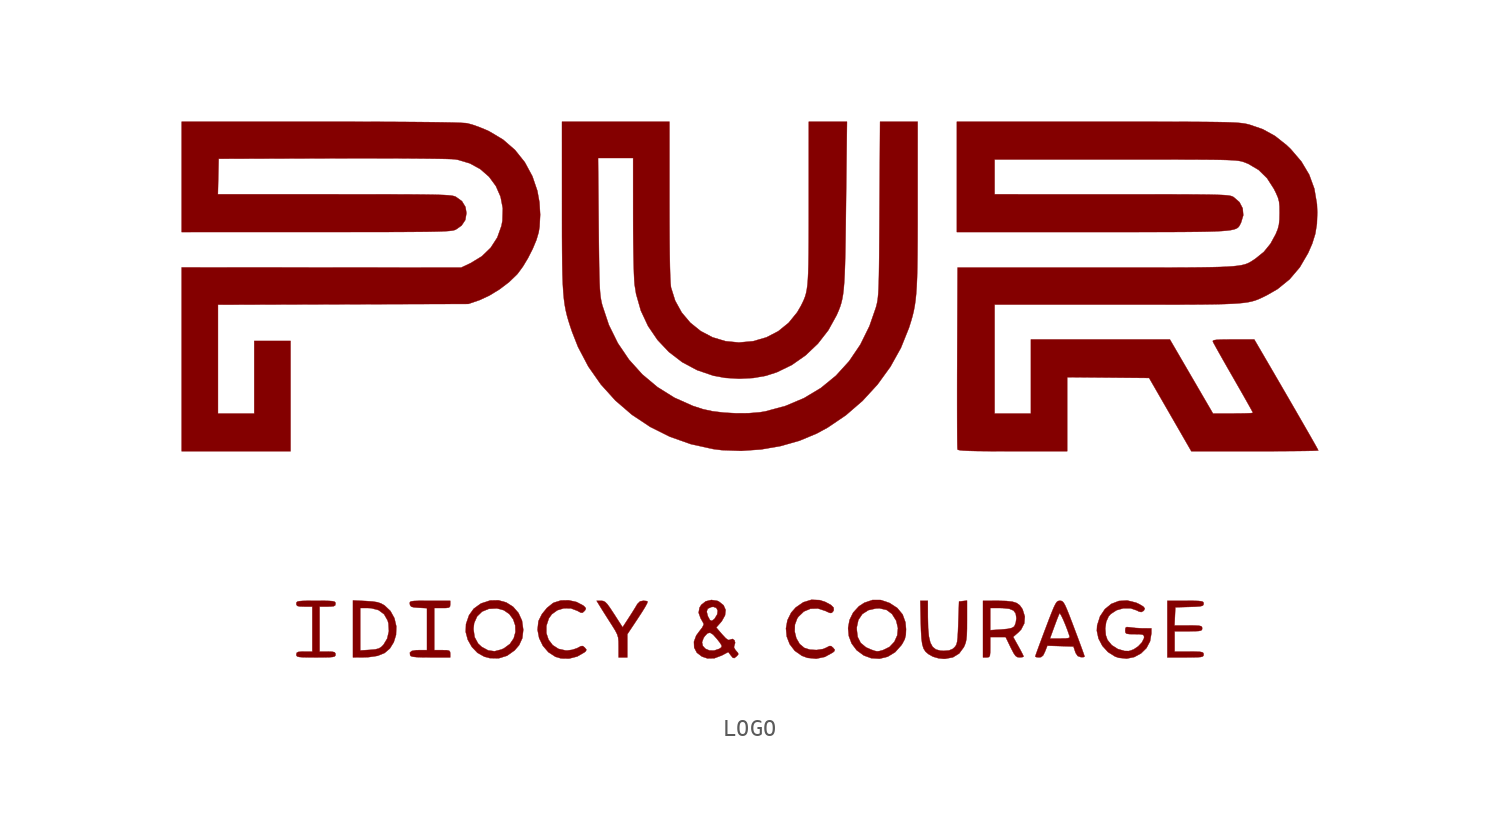
<source format=kicad_sym>
(kicad_symbol_lib
  (version 20220914)
  (generator bitmap2component)
  (symbol "LOGO"
    (pin_names
      (offset 1.016))
    (property "Reference" "#G"
      (at 0 34.417 0)
      (effects (font (size 1.27 1.27)) hide))
    (symbol "LOGO_0_0"
      (polyline (pts (xy -13.957 -15.144) (xy -13.518 -14.833) (xy -13.252 -14.524) (xy -13.068 -14.12) (xy -13.012 -13.631) (xy -13.085 -13.101) (xy -13.291 -12.648) (xy -13.604 -12.289) (xy -14 -12.038) (xy -14.456 -11.911) (xy -14.948 -11.922) (xy -15.452 -12.087) (xy -15.512 -12.118) (xy -15.903 -12.402) (xy -16.175 -12.784) (xy -16.349 -13.29) (xy -16.352 -13.303) (xy -16.362 -13.582) (xy -15.917 -13.582) (xy -15.877 -13.238) (xy -15.705 -12.851) (xy -15.414 -12.569) (xy -15.022 -12.407) (xy -14.548 -12.382) (xy -14.144 -12.49) (xy -13.823 -12.713) (xy -13.599 -13.02) (xy -13.478 -13.379) (xy -13.466 -13.759) (xy -13.568 -14.129) (xy -13.79 -14.456) (xy -14.136 -14.711) (xy -14.287 -14.78) (xy -14.685 -14.883) (xy -15.054 -14.834) (xy -15.432 -14.631) (xy -15.645 -14.435) (xy -15.849 -14.058) (xy -15.917 -13.582) (xy -16.362 -13.582) (xy -16.369 -13.755) (xy -16.247 -14.213) (xy -16.009 -14.633) (xy -15.68 -14.976) (xy -15.282 -15.198) (xy -14.968 -15.282) (xy -14.445 -15.294) (xy -13.957 -15.144)) (stroke (width 0.01) (type default)) (fill (type outline)))
      (polyline (pts (xy -9.861 -15.187) (xy -9.444 -14.947) (xy -9.362 -14.876) (xy -9.328 -14.788) (xy -9.423 -14.671) (xy -9.43 -14.663) (xy -9.537 -14.579) (xy -9.646 -14.584) (xy -9.826 -14.679) (xy -9.874 -14.704) (xy -10.152 -14.797) (xy -10.452 -14.838) (xy -10.539 -14.836) (xy -10.958 -14.743) (xy -11.296 -14.525) (xy -11.537 -14.21) (xy -11.665 -13.826) (xy -11.664 -13.401) (xy -11.519 -12.962) (xy -11.346 -12.722) (xy -11.024 -12.491) (xy -10.638 -12.374) (xy -10.232 -12.381) (xy -9.85 -12.525) (xy -9.811 -12.549) (xy -9.647 -12.635) (xy -9.547 -12.63) (xy -9.447 -12.538) (xy -9.391 -12.473) (xy -9.361 -12.371) (xy -9.461 -12.259) (xy -9.517 -12.213) (xy -9.902 -12.011) (xy -10.357 -11.911) (xy -10.819 -11.92) (xy -11.227 -12.047) (xy -11.295 -12.086) (xy -11.63 -12.356) (xy -11.92 -12.712) (xy -12.108 -13.084) (xy -12.129 -13.151) (xy -12.179 -13.629) (xy -12.086 -14.111) (xy -11.87 -14.56) (xy -11.546 -14.938) (xy -11.134 -15.205) (xy -10.808 -15.3) (xy -10.334 -15.308) (xy -9.861 -15.187)) (stroke (width 0.01) (type default)) (fill (type outline)))
      (polyline (pts (xy -1.866 -15.291) (xy -1.429 -15.126) (xy -1.054 -14.927) (xy -0.9 -15.131) (xy -0.794 -15.258) (xy -0.705 -15.281) (xy -0.583 -15.189) (xy -0.478 -15.08) (xy -0.481 -14.991) (xy -0.599 -14.853) (xy -0.646 -14.799) (xy -0.726 -14.647) (xy -0.686 -14.495) (xy -0.654 -14.388) (xy -0.694 -14.239) (xy -0.809 -14.163) (xy -0.956 -14.209) (xy -0.967 -14.217) (xy -1.062 -14.224) (xy -1.202 -14.123) (xy -1.411 -13.898) (xy -1.757 -13.497) (xy -1.516 -13.226) (xy -1.433 -13.126) (xy -1.244 -12.786) (xy -1.21 -12.471) (xy -1.332 -12.197) (xy -1.607 -11.981) (xy -1.7 -11.94) (xy -2.041 -11.89) (xy -2.369 -11.97) (xy -2.626 -12.171) (xy -2.732 -12.341) (xy -2.771 -12.565) (xy -2.315 -12.565) (xy -2.252 -12.4) (xy -2.052 -12.306) (xy -1.929 -12.29) (xy -1.751 -12.353) (xy -1.671 -12.512) (xy -1.699 -12.731) (xy -1.846 -12.975) (xy -1.877 -13.01) (xy -2.015 -13.11) (xy -2.126 -13.06) (xy -2.239 -12.853) (xy -2.251 -12.823) (xy -2.315 -12.565) (xy -2.771 -12.565) (xy -2.783 -12.635) (xy -2.669 -12.954) (xy -2.574 -13.122) (xy -2.492 -13.272) (xy -2.492 -13.335) (xy -2.576 -13.504) (xy -2.742 -13.717) (xy -2.925 -13.967) (xy -3.057 -14.326) (xy -3.056 -14.355) (xy -2.587 -14.355) (xy -2.494 -14.104) (xy -2.428 -14.006) (xy -2.267 -13.833) (xy -2.116 -13.8) (xy -1.942 -13.909) (xy -1.715 -14.162) (xy -1.533 -14.396) (xy -1.445 -14.541) (xy -1.441 -14.628) (xy -1.508 -14.694) (xy -1.588 -14.743) (xy -1.881 -14.842) (xy -2.157 -14.834) (xy -2.387 -14.738) (xy -2.541 -14.572) (xy -2.587 -14.355) (xy -3.056 -14.355) (xy -3.043 -14.668) (xy -2.887 -14.966) (xy -2.592 -15.191) (xy -2.271 -15.299) (xy -1.866 -15.291)) (stroke (width 0.01) (type default)) (fill (type outline)))
      (polyline (pts (xy 4.579 -15.211) (xy 5.038 -14.958) (xy 5.126 -14.884) (xy 5.157 -14.797) (xy 5.059 -14.677) (xy 4.946 -14.581) (xy 4.839 -14.58) (xy 4.665 -14.671) (xy 4.468 -14.753) (xy 4.099 -14.81) (xy 3.711 -14.789) (xy 3.383 -14.688) (xy 3.108 -14.459) (xy 2.915 -14.124) (xy 2.818 -13.733) (xy 2.83 -13.333) (xy 2.963 -12.974) (xy 3.031 -12.872) (xy 3.352 -12.564) (xy 3.74 -12.4) (xy 4.171 -12.387) (xy 4.618 -12.532) (xy 4.714 -12.581) (xy 4.883 -12.65) (xy 4.98 -12.642) (xy 5.057 -12.56) (xy 5.097 -12.49) (xy 5.087 -12.336) (xy 4.929 -12.18) (xy 4.614 -12.011) (xy 4.28 -11.9) (xy 3.796 -11.88) (xy 3.323 -12.024) (xy 2.878 -12.33) (xy 2.613 -12.631) (xy 2.395 -13.074) (xy 2.31 -13.549) (xy 2.356 -14.025) (xy 2.528 -14.471) (xy 2.823 -14.855) (xy 3.236 -15.145) (xy 3.565 -15.267) (xy 4.076 -15.316) (xy 4.579 -15.211)) (stroke (width 0.01) (type default)) (fill (type outline)))
      (polyline (pts (xy 8.248 -15.197) (xy 8.68 -14.933) (xy 9.038 -14.532) (xy 9.11 -14.422) (xy 9.239 -14.174) (xy 9.299 -13.927) (xy 9.313 -13.596) (xy 9.278 -13.196) (xy 9.112 -12.735) (xy 8.803 -12.361) (xy 8.346 -12.064) (xy 8.345 -12.064) (xy 7.84 -11.894) (xy 7.354 -11.892) (xy 6.876 -12.056) (xy 6.561 -12.263) (xy 6.227 -12.629) (xy 6.018 -13.058) (xy 5.934 -13.522) (xy 5.939 -13.585) (xy 6.435 -13.585) (xy 6.437 -13.494) (xy 6.533 -13.053) (xy 6.761 -12.714) (xy 7.111 -12.487) (xy 7.572 -12.383) (xy 7.773 -12.38) (xy 8.177 -12.471) (xy 8.494 -12.706) (xy 8.733 -13.089) (xy 8.74 -13.105) (xy 8.842 -13.533) (xy 8.802 -13.953) (xy 8.633 -14.33) (xy 8.351 -14.629) (xy 7.973 -14.814) (xy 7.957 -14.818) (xy 7.753 -14.874) (xy 7.62 -14.888) (xy 7.481 -14.858) (xy 7.259 -14.78) (xy 6.978 -14.654) (xy 6.668 -14.397) (xy 6.491 -14.047) (xy 6.435 -13.585) (xy 5.939 -13.585) (xy 5.975 -13.99) (xy 6.141 -14.433) (xy 6.433 -14.822) (xy 6.85 -15.128) (xy 7.275 -15.285) (xy 7.771 -15.317) (xy 8.248 -15.197)) (stroke (width 0.01) (type default)) (fill (type outline)))
      (polyline (pts (xy 11.585 -15.323) (xy 12.049 -15.236) (xy 12.413 -15.012) (xy 12.679 -14.65) (xy 12.728 -14.548) (xy 12.791 -14.38) (xy 12.832 -14.187) (xy 12.856 -13.934) (xy 12.867 -13.583) (xy 12.869 -13.1) (xy 12.869 -11.927) (xy 12.636 -11.954) (xy 12.404 -11.98) (xy 12.361 -13.227) (xy 12.36 -13.282) (xy 12.341 -13.755) (xy 12.321 -14.092) (xy 12.294 -14.322) (xy 12.256 -14.475) (xy 12.202 -14.579) (xy 12.126 -14.666) (xy 12.025 -14.751) (xy 11.819 -14.835) (xy 11.515 -14.859) (xy 11.312 -14.848) (xy 11.056 -14.778) (xy 10.866 -14.63) (xy 10.732 -14.385) (xy 10.646 -14.025) (xy 10.6 -13.533) (xy 10.585 -12.89) (xy 10.583 -11.938) (xy 10.364 -11.938) (xy 10.145 -11.938) (xy 10.174 -13.244) (xy 10.186 -13.681) (xy 10.213 -14.143) (xy 10.26 -14.483) (xy 10.337 -14.73) (xy 10.454 -14.909) (xy 10.619 -15.049) (xy 10.843 -15.176) (xy 10.902 -15.203) (xy 11.201 -15.29) (xy 11.515 -15.324) (xy 11.585 -15.323)) (stroke (width 0.01) (type default)) (fill (type outline)))
      (polyline (pts (xy 22.625 -15.22) (xy 23.018 -15.008) (xy 23.335 -14.696) (xy 23.545 -14.299) (xy 23.622 -13.837) (xy 23.622 -13.547) (xy 23.177 -13.546) (xy 23.037 -13.543) (xy 22.696 -13.524) (xy 22.416 -13.492) (xy 22.364 -13.484) (xy 22.184 -13.469) (xy 22.111 -13.52) (xy 22.098 -13.662) (xy 22.098 -13.707) (xy 22.116 -13.808) (xy 22.188 -13.861) (xy 22.353 -13.882) (xy 22.648 -13.885) (xy 22.935 -13.89) (xy 23.106 -13.912) (xy 23.182 -13.964) (xy 23.199 -14.056) (xy 23.189 -14.132) (xy 23.07 -14.367) (xy 22.853 -14.596) (xy 22.584 -14.778) (xy 22.31 -14.87) (xy 22.059 -14.867) (xy 21.664 -14.752) (xy 21.312 -14.527) (xy 21.062 -14.224) (xy 20.964 -13.946) (xy 20.931 -13.551) (xy 20.987 -13.16) (xy 21.13 -12.845) (xy 21.252 -12.709) (xy 21.591 -12.489) (xy 21.994 -12.375) (xy 22.408 -12.376) (xy 22.778 -12.503) (xy 22.879 -12.559) (xy 23.028 -12.597) (xy 23.15 -12.536) (xy 23.19 -12.499) (xy 23.238 -12.389) (xy 23.152 -12.276) (xy 22.918 -12.136) (xy 22.726 -12.047) (xy 22.213 -11.922) (xy 21.724 -11.95) (xy 21.282 -12.122) (xy 20.91 -12.425) (xy 20.627 -12.848) (xy 20.458 -13.381) (xy 20.441 -13.684) (xy 20.538 -14.14) (xy 20.763 -14.569) (xy 21.093 -14.931) (xy 21.505 -15.19) (xy 21.721 -15.264) (xy 22.183 -15.311) (xy 22.625 -15.22)) (stroke (width 0.01) (type default)) (fill (type outline)))
      (polyline (pts (xy -25.081 -15.24) (xy -24.628 -15.239) (xy -24.317 -15.232) (xy -24.122 -15.215) (xy -24.015 -15.185) (xy -23.97 -15.139) (xy -23.961 -15.071) (xy -23.966 -15.011) (xy -24.017 -14.94) (xy -24.157 -14.909) (xy -24.426 -14.901) (xy -24.892 -14.901) (xy -24.892 -13.589) (xy -24.892 -12.277) (xy -24.426 -12.277) (xy -24.263 -12.275) (xy -24.068 -12.256) (xy -23.981 -12.205) (xy -23.961 -12.107) (xy -23.961 -12.104) (xy -23.971 -12.037) (xy -24.018 -11.991) (xy -24.128 -11.962) (xy -24.328 -11.946) (xy -24.644 -11.939) (xy -25.104 -11.938) (xy -25.126 -11.938) (xy -25.579 -11.939) (xy -25.89 -11.946) (xy -26.086 -11.963) (xy -26.193 -11.992) (xy -26.238 -12.039) (xy -26.247 -12.107) (xy -26.242 -12.167) (xy -26.19 -12.238) (xy -26.05 -12.269) (xy -25.781 -12.277) (xy -25.315 -12.277) (xy -25.315 -13.589) (xy -25.315 -14.901) (xy -25.781 -14.901) (xy -25.944 -14.903) (xy -26.139 -14.922) (xy -26.226 -14.973) (xy -26.247 -15.071) (xy -26.247 -15.074) (xy -26.237 -15.141) (xy -26.19 -15.187) (xy -26.079 -15.216) (xy -25.879 -15.232) (xy -25.563 -15.239) (xy -25.104 -15.24) (xy -25.081 -15.24)) (stroke (width 0.01) (type default)) (fill (type outline)))
      (polyline (pts (xy -22.331 -15.236) (xy -22.032 -15.226) (xy -21.504 -15.148) (xy -21.098 -14.983) (xy -20.792 -14.722) (xy -20.564 -14.351) (xy -20.433 -13.928) (xy -20.416 -13.431) (xy -20.528 -12.953) (xy -20.76 -12.534) (xy -21.1 -12.212) (xy -21.115 -12.203) (xy -21.311 -12.092) (xy -21.521 -12.022) (xy -21.797 -11.98) (xy -22.191 -11.953) (xy -22.945 -11.917) (xy -22.945 -13.579) (xy -22.945 -14.836) (xy -22.521 -14.836) (xy -22.521 -13.599) (xy -22.521 -12.361) (xy -22.068 -12.361) (xy -21.88 -12.371) (xy -21.45 -12.484) (xy -21.128 -12.725) (xy -20.922 -13.087) (xy -20.874 -13.261) (xy -20.848 -13.711) (xy -20.948 -14.143) (xy -21.162 -14.5) (xy -21.287 -14.627) (xy -21.438 -14.721) (xy -21.643 -14.772) (xy -21.96 -14.801) (xy -22.521 -14.836) (xy -22.945 -14.836) (xy -22.945 -15.24) (xy -22.331 -15.236)) (stroke (width 0.01) (type default)) (fill (type outline)))
      (polyline (pts (xy -17.272 -15.028) (xy -17.28 -14.923) (xy -17.332 -14.851) (xy -17.471 -14.822) (xy -17.738 -14.817) (xy -18.203 -14.817) (xy -18.203 -13.589) (xy -18.203 -12.361) (xy -17.738 -12.361) (xy -17.505 -12.358) (xy -17.348 -12.334) (xy -17.284 -12.271) (xy -17.272 -12.15) (xy -17.272 -11.938) (xy -18.463 -11.938) (xy -18.705 -11.938) (xy -19.104 -11.94) (xy -19.37 -11.949) (xy -19.53 -11.968) (xy -19.61 -12.001) (xy -19.633 -12.053) (xy -19.627 -12.129) (xy -19.61 -12.204) (xy -19.543 -12.282) (xy -19.392 -12.322) (xy -19.113 -12.344) (xy -18.627 -12.37) (xy -18.627 -13.593) (xy -18.627 -14.817) (xy -19.087 -14.817) (xy -19.259 -14.821) (xy -19.513 -14.864) (xy -19.625 -14.96) (xy -19.61 -15.117) (xy -19.564 -15.166) (xy -19.445 -15.202) (xy -19.23 -15.225) (xy -18.896 -15.237) (xy -18.418 -15.24) (xy -17.272 -15.24) (xy -17.272 -15.028)) (stroke (width 0.01) (type default)) (fill (type outline)))
      (polyline (pts (xy -6.943 -14.565) (xy -6.943 -13.891) (xy -6.448 -13.147) (xy -6.355 -13.008) (xy -6.081 -12.587) (xy -5.896 -12.286) (xy -5.79 -12.09) (xy -5.757 -11.986) (xy -5.831 -11.952) (xy -6.008 -11.938) (xy -6.2 -11.972) (xy -6.36 -12.129) (xy -6.373 -12.152) (xy -6.482 -12.337) (xy -6.647 -12.603) (xy -6.839 -12.902) (xy -7.218 -13.485) (xy -7.715 -12.711) (xy -7.739 -12.675) (xy -7.958 -12.343) (xy -8.116 -12.128) (xy -8.239 -12.006) (xy -8.35 -11.951) (xy -8.474 -11.938) (xy -8.735 -11.938) (xy -8.54 -12.255) (xy -8.49 -12.337) (xy -8.326 -12.599) (xy -8.118 -12.927) (xy -7.899 -13.271) (xy -7.833 -13.373) (xy -7.649 -13.669) (xy -7.537 -13.889) (xy -7.477 -14.085) (xy -7.455 -14.306) (xy -7.451 -14.604) (xy -7.451 -15.24) (xy -7.197 -15.24) (xy -6.943 -15.24) (xy -6.943 -14.565)) (stroke (width 0.01) (type default)) (fill (type outline)))
      (polyline (pts (xy 14.069 -15.239) (xy 14.156 -15.216) (xy 14.203 -15.134) (xy 14.221 -14.957) (xy 14.224 -14.647) (xy 14.224 -14.055) (xy 14.673 -14.055) (xy 15.123 -14.055) (xy 15.409 -14.647) (xy 15.444 -14.717) (xy 15.587 -14.993) (xy 15.698 -15.152) (xy 15.804 -15.223) (xy 15.934 -15.24) (xy 16.098 -15.226) (xy 16.171 -15.19) (xy 16.171 -15.185) (xy 16.122 -15.075) (xy 16.014 -14.865) (xy 15.866 -14.594) (xy 15.56 -14.047) (xy 15.873 -13.775) (xy 16.025 -13.617) (xy 16.209 -13.257) (xy 16.24 -12.857) (xy 16.113 -12.447) (xy 16.085 -12.397) (xy 15.947 -12.203) (xy 15.769 -12.071) (xy 15.517 -11.991) (xy 15.161 -11.951) (xy 14.668 -11.939) (xy 13.801 -11.938) (xy 13.801 -13.589) (xy 13.801 -13.654) (xy 14.224 -13.654) (xy 14.224 -13.007) (xy 14.224 -12.361) (xy 14.798 -12.361) (xy 14.95 -12.364) (xy 15.331 -12.404) (xy 15.577 -12.505) (xy 15.709 -12.68) (xy 15.748 -12.943) (xy 15.748 -12.975) (xy 15.711 -13.228) (xy 15.635 -13.415) (xy 15.601 -13.453) (xy 15.467 -13.528) (xy 15.236 -13.578) (xy 14.873 -13.612) (xy 14.224 -13.654) (xy 13.801 -13.654) (xy 13.801 -15.24) (xy 14.012 -15.24) (xy 14.069 -15.239)) (stroke (width 0.01) (type default)) (fill (type outline)))
      (polyline (pts (xy 17.191 -15.222) (xy 17.311 -15.123) (xy 17.42 -14.898) (xy 17.554 -14.557) (xy 18.316 -14.581) (xy 19.078 -14.605) (xy 19.177 -14.901) (xy 19.207 -14.984) (xy 19.323 -15.159) (xy 19.502 -15.224) (xy 19.655 -15.227) (xy 19.727 -15.194) (xy 19.726 -15.187) (xy 19.686 -15.065) (xy 19.597 -14.814) (xy 19.467 -14.46) (xy 19.306 -14.026) (xy 19.122 -13.538) (xy 19.023 -13.274) (xy 18.84 -12.797) (xy 18.701 -12.45) (xy 18.595 -12.211) (xy 18.511 -12.061) (xy 18.439 -11.979) (xy 18.368 -11.945) (xy 18.288 -11.938) (xy 18.25 -11.939) (xy 18.175 -11.956) (xy 18.105 -12.009) (xy 18.029 -12.12) (xy 17.936 -12.307) (xy 17.817 -12.593) (xy 17.659 -12.996) (xy 17.454 -13.538) (xy 17.414 -13.641) (xy 17.235 -14.12) (xy 17.228 -14.139) (xy 17.707 -14.139) (xy 17.96 -13.446) (xy 18.007 -13.318) (xy 18.122 -13.013) (xy 18.214 -12.783) (xy 18.264 -12.67) (xy 18.293 -12.682) (xy 18.371 -12.811) (xy 18.481 -13.041) (xy 18.607 -13.338) (xy 18.733 -13.666) (xy 18.845 -13.991) (xy 18.847 -13.997) (xy 18.85 -14.072) (xy 18.782 -14.115) (xy 18.609 -14.135) (xy 18.3 -14.139) (xy 17.707 -14.139) (xy 17.228 -14.139) (xy 17.079 -14.538) (xy 16.957 -14.872) (xy 16.877 -15.097) (xy 16.849 -15.189) (xy 16.905 -15.223) (xy 17.067 -15.24) (xy 17.191 -15.222)) (stroke (width 0.01) (type default)) (fill (type outline)))
      (polyline (pts (xy 25.971 -15.239) (xy 26.296 -15.233) (xy 26.501 -15.218) (xy 26.613 -15.188) (xy 26.66 -15.141) (xy 26.67 -15.071) (xy 26.67 -15.062) (xy 26.655 -14.988) (xy 26.594 -14.941) (xy 26.455 -14.915) (xy 26.209 -14.904) (xy 25.823 -14.901) (xy 24.977 -14.901) (xy 24.977 -14.309) (xy 24.977 -13.716) (xy 25.781 -13.716) (xy 26.14 -13.714) (xy 26.382 -13.702) (xy 26.516 -13.675) (xy 26.573 -13.625) (xy 26.585 -13.547) (xy 26.574 -13.47) (xy 26.519 -13.42) (xy 26.389 -13.392) (xy 26.152 -13.38) (xy 25.777 -13.377) (xy 24.969 -13.377) (xy 24.994 -12.848) (xy 25.019 -12.319) (xy 25.845 -12.295) (xy 26.203 -12.282) (xy 26.454 -12.263) (xy 26.595 -12.232) (xy 26.656 -12.181) (xy 26.67 -12.104) (xy 26.665 -12.05) (xy 26.628 -11.998) (xy 26.532 -11.966) (xy 26.349 -11.947) (xy 26.051 -11.94) (xy 25.612 -11.938) (xy 24.553 -11.938) (xy 24.553 -13.589) (xy 24.553 -15.24) (xy 25.612 -15.24) (xy 25.971 -15.239)) (stroke (width 0.01) (type default)) (fill (type outline)))
      (polyline (pts (xy -26.585 0) (xy -26.585 3.217) (xy -27.644 3.217) (xy -28.702 3.217) (xy -28.702 1.101) (xy -28.702 -1.016) (xy -29.76 -1.016) (xy -30.819 -1.016) (xy -30.819 2.157) (xy -30.819 5.33) (xy -23.516 5.353) (xy -16.214 5.376) (xy -15.646 5.569) (xy -15.563 5.598) (xy -14.99 5.863) (xy -14.395 6.227) (xy -13.838 6.65) (xy -13.378 7.094) (xy -13.329 7.151) (xy -13.03 7.559) (xy -12.731 8.057) (xy -12.46 8.591) (xy -12.245 9.107) (xy -12.114 9.55) (xy -12.062 9.882) (xy -12.026 10.578) (xy -12.069 11.301) (xy -12.19 11.971) (xy -12.481 12.824) (xy -12.924 13.642) (xy -13.496 14.357) (xy -14.19 14.959) (xy -14.995 15.439) (xy -15.195 15.531) (xy -15.605 15.699) (xy -15.992 15.834) (xy -16.293 15.912) (xy -16.378 15.922) (xy -16.662 15.939) (xy -17.113 15.954) (xy -17.731 15.966) (xy -18.514 15.977) (xy -19.46 15.986) (xy -20.57 15.993) (xy -21.842 15.998) (xy -23.274 16.001) (xy -24.865 16.002) (xy -32.935 16.002) (xy -32.935 12.785) (xy -32.935 9.567) (xy -25.082 9.568) (xy -24.449 9.568) (xy -23.187 9.568) (xy -22.08 9.569) (xy -21.117 9.57) (xy -20.286 9.573) (xy -19.578 9.577) (xy -18.983 9.582) (xy -18.489 9.588) (xy -18.086 9.596) (xy -17.764 9.606) (xy -17.512 9.618) (xy -17.32 9.632) (xy -17.177 9.649) (xy -17.073 9.668) (xy -16.997 9.691) (xy -16.939 9.716) (xy -16.61 9.946) (xy -16.393 10.271) (xy -16.326 10.675) (xy -16.384 11.03) (xy -16.587 11.365) (xy -16.939 11.62) (xy -16.958 11.63) (xy -17.025 11.655) (xy -17.113 11.678) (xy -17.235 11.697) (xy -17.402 11.713) (xy -17.626 11.727) (xy -17.916 11.738) (xy -18.285 11.747) (xy -18.745 11.754) (xy -19.306 11.76) (xy -19.979 11.764) (xy -20.777 11.766) (xy -21.71 11.768) (xy -22.789 11.768) (xy -24.027 11.769) (xy -30.824 11.769) (xy -30.8 12.806) (xy -30.776 13.843) (xy -24.172 13.865) (xy -23.102 13.868) (xy -22.049 13.868) (xy -21.059 13.867) (xy -20.145 13.864) (xy -19.32 13.858) (xy -18.597 13.851) (xy -17.991 13.843) (xy -17.513 13.833) (xy -17.178 13.822) (xy -16.999 13.809) (xy -16.834 13.782) (xy -16.133 13.575) (xy -15.519 13.239) (xy -15.006 12.791) (xy -14.607 12.248) (xy -14.335 11.628) (xy -14.204 10.948) (xy -14.227 10.225) (xy -14.283 9.926) (xy -14.526 9.248) (xy -14.912 8.652) (xy -15.43 8.152) (xy -16.07 7.762) (xy -16.637 7.493) (xy -24.786 7.499) (xy -32.935 7.504) (xy -32.935 2.143) (xy -32.935 -3.217) (xy -29.76 -3.217) (xy -26.585 -3.217) (xy -26.585 0)) (stroke (width 0.01) (type default)) (fill (type outline)))
      (polyline (pts (xy 0.855 -3.112) (xy 2.006 -2.912) (xy 3.104 -2.6) (xy 4.106 -2.182) (xy 4.747 -1.833) (xy 5.808 -1.114) (xy 6.781 -0.272) (xy 7.65 0.675) (xy 8.4 1.71) (xy 9.015 2.814) (xy 9.48 3.971) (xy 9.507 4.054) (xy 9.605 4.366) (xy 9.689 4.659) (xy 9.76 4.95) (xy 9.818 5.254) (xy 9.866 5.587) (xy 9.904 5.963) (xy 9.934 6.4) (xy 9.956 6.912) (xy 9.971 7.516) (xy 9.981 8.226) (xy 9.987 9.059) (xy 9.99 10.03) (xy 9.99 11.155) (xy 9.991 16.002) (xy 8.894 16.002) (xy 7.798 16.002) (xy 7.767 10.901) (xy 7.761 9.868) (xy 7.754 8.96) (xy 7.748 8.194) (xy 7.74 7.553) (xy 7.732 7.026) (xy 7.721 6.597) (xy 7.708 6.253) (xy 7.693 5.978) (xy 7.673 5.759) (xy 7.65 5.581) (xy 7.623 5.431) (xy 7.59 5.293) (xy 7.552 5.154) (xy 7.179 4.08) (xy 6.648 3.003) (xy 5.996 2.04) (xy 5.228 1.195) (xy 4.349 0.475) (xy 3.365 -0.117) (xy 2.28 -0.575) (xy 1.1 -0.894) (xy 0.772 -0.947) (xy 0.125 -0.999) (xy -0.586 -1.004) (xy -1.305 -0.965) (xy -1.974 -0.885) (xy -2.534 -0.764) (xy -3.123 -0.572) (xy -4.201 -0.091) (xy -5.186 0.525) (xy -6.071 1.267) (xy -6.844 2.125) (xy -7.497 3.088) (xy -8.019 4.147) (xy -8.401 5.292) (xy -8.438 5.439) (xy -8.473 5.609) (xy -8.503 5.795) (xy -8.527 6.016) (xy -8.547 6.287) (xy -8.563 6.625) (xy -8.576 7.049) (xy -8.587 7.574) (xy -8.596 8.217) (xy -8.605 8.996) (xy -8.614 9.927) (xy -8.65 13.885) (xy -7.627 13.885) (xy -6.604 13.885) (xy -6.603 10.562) (xy -6.603 10.484) (xy -6.601 9.718) (xy -6.594 8.978) (xy -6.584 8.29) (xy -6.571 7.675) (xy -6.556 7.159) (xy -6.538 6.765) (xy -6.52 6.516) (xy -6.43 5.952) (xy -6.152 4.98) (xy -5.733 4.084) (xy -5.184 3.277) (xy -4.517 2.571) (xy -3.742 1.978) (xy -2.87 1.512) (xy -1.913 1.186) (xy -1.222 1.062) (xy -0.411 1.014) (xy 0.4 1.055) (xy 1.138 1.184) (xy 1.782 1.392) (xy 2.652 1.815) (xy 3.454 2.376) (xy 4.17 3.056) (xy 4.778 3.838) (xy 5.258 4.706) (xy 5.291 4.777) (xy 5.385 4.995) (xy 5.466 5.204) (xy 5.534 5.42) (xy 5.591 5.658) (xy 5.639 5.931) (xy 5.677 6.256) (xy 5.709 6.646) (xy 5.734 7.117) (xy 5.754 7.683) (xy 5.771 8.36) (xy 5.785 9.161) (xy 5.798 10.102) (xy 5.811 11.197) (xy 5.868 16.002) (xy 4.754 16.002) (xy 3.641 16.002) (xy 3.64 11.282) (xy 3.64 10.862) (xy 3.639 9.864) (xy 3.636 9.014) (xy 3.631 8.298) (xy 3.622 7.702) (xy 3.608 7.21) (xy 3.588 6.807) (xy 3.561 6.48) (xy 3.525 6.213) (xy 3.48 5.991) (xy 3.424 5.799) (xy 3.356 5.623) (xy 3.275 5.448) (xy 3.181 5.259) (xy 2.966 4.889) (xy 2.47 4.278) (xy 1.866 3.787) (xy 1.169 3.425) (xy 0.397 3.201) (xy -0.437 3.125) (xy -1.216 3.201) (xy -1.974 3.428) (xy -2.664 3.792) (xy -3.269 4.279) (xy -3.771 4.874) (xy -4.152 5.564) (xy -4.394 6.333) (xy -4.398 6.353) (xy -4.421 6.585) (xy -4.441 6.984) (xy -4.458 7.546) (xy -4.471 8.271) (xy -4.48 9.155) (xy -4.485 10.196) (xy -4.487 11.392) (xy -4.487 16.002) (xy -7.62 16.002) (xy -10.753 16.002) (xy -10.752 11.113) (xy -10.752 10.333) (xy -10.751 9.317) (xy -10.746 8.444) (xy -10.738 7.698) (xy -10.725 7.063) (xy -10.705 6.524) (xy -10.677 6.064) (xy -10.641 5.667) (xy -10.594 5.319) (xy -10.536 5.002) (xy -10.465 4.702) (xy -10.38 4.403) (xy -10.28 4.088) (xy -10.163 3.742) (xy -9.818 2.866) (xy -9.218 1.725) (xy -8.487 0.681) (xy -7.637 -0.26) (xy -6.676 -1.087) (xy -5.616 -1.792) (xy -4.468 -2.366) (xy -3.241 -2.801) (xy -1.947 -3.087) (xy -1.442 -3.151) (xy -0.309 -3.194) (xy 0.855 -3.112)) (stroke (width 0.01) (type default)) (fill (type outline)))
      (polyline (pts (xy 18.711 -1.057) (xy 18.711 1.103) (xy 21.1 1.081) (xy 23.489 1.058) (xy 24.72 -1.078) (xy 25.95 -3.214) (xy 29.654 -3.215) (xy 30.19 -3.215) (xy 30.928 -3.213) (xy 31.599 -3.209) (xy 32.187 -3.204) (xy 32.674 -3.197) (xy 33.043 -3.189) (xy 33.277 -3.18) (xy 33.359 -3.171) (xy 33.353 -3.158) (xy 33.283 -3.026) (xy 33.138 -2.766) (xy 32.923 -2.388) (xy 32.646 -1.905) (xy 32.314 -1.328) (xy 31.935 -0.671) (xy 31.515 0.054) (xy 31.061 0.836) (xy 30.581 1.661) (xy 30.081 2.519) (xy 29.623 3.302) (xy 28.392 3.302) (xy 28.078 3.301) (xy 27.686 3.296) (xy 27.425 3.283) (xy 27.275 3.26) (xy 27.21 3.226) (xy 27.208 3.176) (xy 27.209 3.175) (xy 27.264 3.069) (xy 27.392 2.836) (xy 27.581 2.498) (xy 27.82 2.075) (xy 28.098 1.587) (xy 28.403 1.056) (xy 28.417 1.031) (xy 28.717 0.507) (xy 28.988 0.033) (xy 29.217 -0.372) (xy 29.394 -0.688) (xy 29.508 -0.896) (xy 29.549 -0.977) (xy 29.541 -0.982) (xy 29.414 -0.995) (xy 29.159 -1.006) (xy 28.804 -1.013) (xy 28.382 -1.016) (xy 27.215 -1.016) (xy 25.958 1.143) (xy 24.701 3.302) (xy 20.648 3.302) (xy 16.595 3.302) (xy 16.595 1.143) (xy 16.595 -1.016) (xy 15.536 -1.016) (xy 14.478 -1.016) (xy 14.478 2.159) (xy 14.478 5.334) (xy 21.615 5.334) (xy 21.655 5.334) (xy 22.956 5.334) (xy 24.1 5.334) (xy 25.099 5.336) (xy 25.964 5.339) (xy 26.706 5.345) (xy 27.338 5.354) (xy 27.872 5.367) (xy 28.318 5.385) (xy 28.689 5.408) (xy 28.997 5.438) (xy 29.253 5.474) (xy 29.468 5.519) (xy 29.655 5.571) (xy 29.825 5.633) (xy 29.991 5.705) (xy 30.163 5.787) (xy 30.353 5.881) (xy 30.98 6.241) (xy 31.686 6.815) (xy 32.279 7.513) (xy 32.762 8.34) (xy 33.002 8.889) (xy 33.18 9.46) (xy 33.274 10.043) (xy 33.298 10.71) (xy 33.277 11.2) (xy 33.126 12.094) (xy 32.825 12.917) (xy 32.37 13.681) (xy 31.754 14.401) (xy 31.508 14.636) (xy 30.83 15.173) (xy 30.116 15.566) (xy 29.336 15.833) (xy 29.287 15.845) (xy 29.172 15.872) (xy 29.049 15.896) (xy 28.908 15.916) (xy 28.737 15.934) (xy 28.526 15.949) (xy 28.265 15.961) (xy 27.941 15.972) (xy 27.545 15.98) (xy 27.066 15.987) (xy 26.492 15.992) (xy 25.814 15.996) (xy 25.021 15.999) (xy 24.101 16) (xy 23.044 16.002) (xy 21.839 16.002) (xy 20.476 16.002) (xy 12.277 16.002) (xy 12.277 12.785) (xy 12.277 9.567) (xy 20.201 9.567) (xy 20.256 9.567) (xy 21.625 9.567) (xy 22.835 9.567) (xy 23.896 9.568) (xy 24.819 9.57) (xy 25.613 9.575) (xy 26.289 9.582) (xy 26.857 9.592) (xy 27.326 9.606) (xy 27.707 9.625) (xy 28.011 9.649) (xy 28.246 9.679) (xy 28.424 9.716) (xy 28.554 9.759) (xy 28.647 9.81) (xy 28.712 9.87) (xy 28.76 9.938) (xy 28.8 10.016) (xy 28.844 10.104) (xy 28.854 10.125) (xy 28.981 10.547) (xy 28.946 10.951) (xy 28.758 11.312) (xy 28.422 11.603) (xy 28.419 11.605) (xy 28.365 11.635) (xy 28.3 11.661) (xy 28.213 11.683) (xy 28.092 11.702) (xy 27.927 11.718) (xy 27.705 11.731) (xy 27.416 11.741) (xy 27.048 11.75) (xy 26.59 11.756) (xy 26.03 11.761) (xy 25.358 11.764) (xy 24.562 11.767) (xy 23.63 11.768) (xy 22.551 11.768) (xy 21.315 11.768) (xy 14.478 11.769) (xy 14.478 12.785) (xy 14.478 13.801) (xy 21.544 13.801) (xy 22.342 13.801) (xy 23.501 13.8) (xy 24.509 13.8) (xy 25.377 13.798) (xy 26.117 13.796) (xy 26.741 13.792) (xy 27.26 13.787) (xy 27.685 13.779) (xy 28.028 13.77) (xy 28.3 13.758) (xy 28.513 13.744) (xy 28.678 13.726) (xy 28.807 13.706) (xy 28.91 13.682) (xy 29 13.654) (xy 29.088 13.622) (xy 29.278 13.544) (xy 29.876 13.191) (xy 30.37 12.707) (xy 30.769 12.086) (xy 30.888 11.848) (xy 31.005 11.578) (xy 31.069 11.339) (xy 31.096 11.065) (xy 31.101 10.688) (xy 31.093 10.307) (xy 31.061 9.999) (xy 30.993 9.734) (xy 30.877 9.45) (xy 30.571 8.889) (xy 30.181 8.41) (xy 29.694 8.017) (xy 29.675 8.004) (xy 29.55 7.92) (xy 29.436 7.846) (xy 29.322 7.781) (xy 29.198 7.724) (xy 29.051 7.676) (xy 28.873 7.634) (xy 28.653 7.6) (xy 28.38 7.571) (xy 28.043 7.548) (xy 27.632 7.53) (xy 27.136 7.517) (xy 26.545 7.507) (xy 25.848 7.5) (xy 25.035 7.496) (xy 24.094 7.494) (xy 23.016 7.493) (xy 21.79 7.493) (xy 20.405 7.493) (xy 12.319 7.493) (xy 12.297 2.244) (xy 12.297 2.122) (xy 12.293 1.198) (xy 12.292 0.326) (xy 12.292 -0.481) (xy 12.293 -1.207) (xy 12.295 -1.838) (xy 12.298 -2.359) (xy 12.303 -2.754) (xy 12.309 -3.01) (xy 12.316 -3.111) (xy 12.352 -3.136) (xy 12.467 -3.16) (xy 12.674 -3.179) (xy 12.986 -3.194) (xy 13.414 -3.205) (xy 13.973 -3.212) (xy 14.675 -3.216) (xy 15.534 -3.217) (xy 18.711 -3.217) (xy 18.711 -1.057)) (stroke (width 0.01) (type default)) (fill (type outline))))))
</source>
